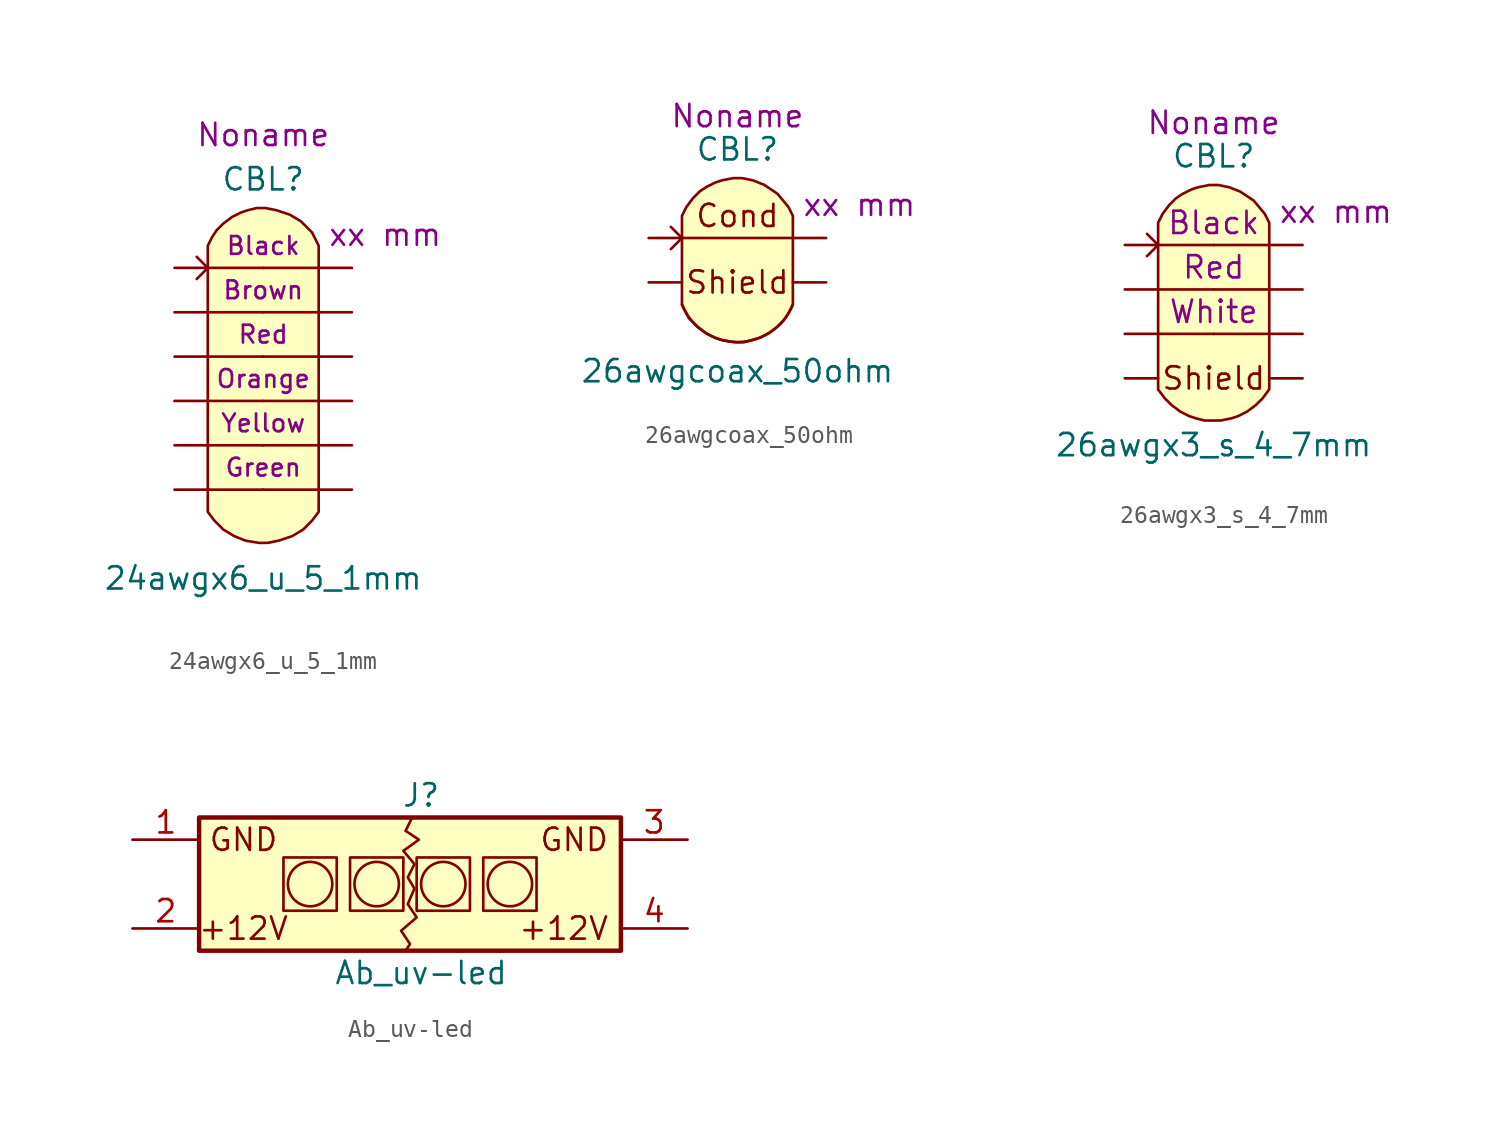
<source format=kicad_sym>
(kicad_symbol_lib
  (version 20220914)
  (generator kicad_symbol_editor)
  (symbol "24awgx6_u_5_1mm"
    (pin_numbers hide)
    (pin_names hide)
    (property "Reference" "CBL"
      (at 0 11.43 0)
      (effects (font (size 1.27 1.27))))
    (property "Value" "24awgx6_u_5_1mm"
      (at 0 -11.43 0)
      (effects (font (size 1.27 1.27))))
    (property "color1" "Black"
      (at 0 7.62 0)
      (effects (font (size 1.016 1.016))))
    (property "color2" "Brown"
      (at 0 5.08 0)
      (effects (font (size 1.016 1.016))))
    (property "color3" "Red"
      (at 0 2.54 0)
      (effects (font (size 1.016 1.016))))
    (property "color4" "Orange"
      (at 0 0 0)
      (effects (font (size 1.016 1.016))))
    (property "color5" "Yellow"
      (at 0 -2.54 0)
      (effects (font (size 1.016 1.016))))
    (property "color6" "Green"
      (at 0 -5.08 0)
      (effects (font (size 1.016 1.016))))
    (property "Length" "xx mm"
      (at 6.985 8.255 0)
      (effects (font (size 1.27 1.27))))
    (property "Harness_name" "Noname"
      (at 0 13.97 0)
      (effects (font (size 1.27 1.27))))
    (symbol "24awgx6_u_5_1mm_0_0"
      (polyline (pts (xy 3.175 -7.62) (xy 3.175 7.62) (xy 2.794 8.382) (xy 2.159 9.017) (xy 1.524 9.398) (xy 0.762 9.652) (xy 0.127 9.779) (xy -0.127 9.779) (xy -0.381 9.779) (xy -0.889 9.652) (xy -1.27 9.525) (xy -1.778 9.271) (xy -2.286 8.89) (xy -2.667 8.509) (xy -2.921 8.128) (xy -3.175 7.62) (xy -3.175 -7.62) (xy -2.794 -8.128) (xy -2.286 -8.636) (xy -1.651 -9.017) (xy -1.016 -9.271) (xy -0.254 -9.398) (xy 0.254 -9.398) (xy 0.889 -9.271) (xy 1.651 -9.017) (xy 2.286 -8.636) (xy 2.794 -8.128) (xy 3.175 -7.62)) (stroke (width 0.152) (type default)) (fill (type background)))
      (pin passive line (at 5.08 -3.81 180) (length 5.08) (name "C5.2" (effects (font (size 1.27 1.27)))) (number "10" (effects (font (size 1.27 1.27)))))
      (pin passive line (at -5.08 -6.35 0) (length 5.08) (name "C6.1" (effects (font (size 1.27 1.27)))) (number "11" (effects (font (size 1.27 1.27)))))
      (pin passive line (at 5.08 -6.35 180) (length 5.08) (name "C6.2" (effects (font (size 1.27 1.27)))) (number "12" (effects (font (size 1.27 1.27)))))
      (pin passive line (at 5.08 6.35 180) (length 5.08) (name "C1.2" (effects (font (size 1.27 1.27)))) (number "2" (effects (font (size 1.27 1.27)))))
      (pin passive line (at 5.08 3.81 180) (length 5.08) (name "C2.2" (effects (font (size 1.27 1.27)))) (number "4" (effects (font (size 1.27 1.27)))))
      (pin passive line (at 5.08 1.27 180) (length 5.08) (name "C3.2" (effects (font (size 1.27 1.27)))) (number "6" (effects (font (size 1.27 1.27)))))
      (pin passive line (at -5.08 -1.27 0) (length 5.08) (name "C4.1" (effects (font (size 1.27 1.27)))) (number "7" (effects (font (size 1.27 1.27)))))
      (pin passive line (at 5.08 -1.27 180) (length 5.08) (name "C4.2" (effects (font (size 1.27 1.27)))) (number "8" (effects (font (size 1.27 1.27)))))
      (pin passive line (at -5.08 -3.81 0) (length 5.08) (name "C5.1" (effects (font (size 1.27 1.27)))) (number "9" (effects (font (size 1.27 1.27))))))
    (symbol "24awgx6_u_5_1mm_0_1"
      (polyline (pts (xy -3.81 6.985) (xy -3.175 6.35) (xy -3.81 5.715)) (stroke (width 0) (type default)) (fill (type none))))
    (symbol "24awgx6_u_5_1mm_1_1"
      (pin passive line (at -5.08 6.35 0) (length 5.08) (name "C1.1" (effects (font (size 1.27 1.27)))) (number "1" (effects (font (size 1.27 1.27)))))
      (pin passive line (at -5.08 3.81 0) (length 5.08) (name "C2.1" (effects (font (size 1.27 1.27)))) (number "3" (effects (font (size 1.27 1.27)))))
      (pin passive line (at -5.08 1.27 0) (length 5.08) (name "C3.1" (effects (font (size 1.27 1.27)))) (number "5" (effects (font (size 1.27 1.27)))))))
  (symbol "26awgcoax_50ohm"
    (pin_numbers hide)
    (pin_names hide)
    (property "Reference" "CBL"
      (at 0 8.89 0)
      (effects (font (size 1.27 1.27))))
    (property "Value" "26awgcoax_50ohm"
      (at 0 -3.81 0)
      (effects (font (size 1.27 1.27))))
    (property "Length" "xx mm"
      (at 6.985 5.715 0)
      (effects (font (size 1.27 1.27))))
    (property "Harness_name" "Noname"
      (at 0 10.795 0)
      (effects (font (size 1.27 1.27))))
    (symbol "26awgcoax_50ohm_0_0"
      (polyline (pts (xy -3.175 3.81) (xy 3.175 3.81)) (stroke (width 0) (type default)) (fill (type none)))
      (polyline (pts (xy 3.175 0) (xy 3.175 5.08) (xy 2.921 5.588) (xy 2.286 6.35) (xy 1.524 6.858) (xy 0.889 7.112) (xy 0.254 7.239) (xy -0.254 7.239) (xy -0.889 7.112) (xy -1.27 6.985) (xy -1.778 6.731) (xy -2.159 6.477) (xy -2.54 6.096) (xy -2.921 5.588) (xy -3.175 5.08) (xy -3.175 0) (xy -2.794 -0.762) (xy -2.286 -1.27) (xy -1.778 -1.651) (xy -1.27 -1.905) (xy -0.889 -2.032) (xy -0.127 -2.159) (xy 0.381 -2.159) (xy 1.27 -1.905) (xy 1.778 -1.651) (xy 2.286 -1.27) (xy 2.667 -0.889) (xy 2.921 -0.508) (xy 3.175 0)) (stroke (width 0) (type default)) (fill (type background)))
      (text "Cond" (at 0 5.08 0) (effects (font (size 1.27 1.27)))))
    (symbol "26awgcoax_50ohm_0_1"
      (polyline (pts (xy -3.81 4.445) (xy -3.175 3.81) (xy -3.81 3.175)) (stroke (width 0) (type default)) (fill (type none))))
    (symbol "26awgcoax_50ohm_1_1"
      (arc (start -3.175 0) (mid 0 -2.1496) (end 3.175 0) (stroke (width 0) (type default)) (fill (type none)))
      (text "Shield" (at 0 1.27 0) (effects (font (size 1.27 1.27))))
      (pin passive line (at -5.08 3.81 0) (length 1.905) (name "C1.1" (effects (font (size 1.27 1.27)))) (number "1" (effects (font (size 1.27 1.27)))))
      (pin passive line (at 5.08 3.81 180) (length 1.905) (name "C1.2" (effects (font (size 1.27 1.27)))) (number "2" (effects (font (size 1.27 1.27)))))
      (pin passive line (at -5.08 1.27 0) (length 1.905) (name "C2.1" (effects (font (size 1.27 1.27)))) (number "3" (effects (font (size 1.27 1.27)))))
      (pin passive line (at 5.08 1.27 180) (length 1.905) (name "C2.2" (effects (font (size 1.27 1.27)))) (number "4" (effects (font (size 1.27 1.27)))))))
  (symbol "26awgx3_s_4_7mm"
    (pin_numbers hide)
    (pin_names hide)
    (property "Reference" "CBL"
      (at 0 8.89 0)
      (effects (font (size 1.27 1.27))))
    (property "Value" "26awgx3_s_4_7mm"
      (at 0 -7.62 0)
      (effects (font (size 1.27 1.27))))
    (property "color1" "Black"
      (at 0 5.08 0)
      (effects (font (size 1.27 1.27))))
    (property "color2" "Red"
      (at 0 2.54 0)
      (effects (font (size 1.27 1.27))))
    (property "color3" "White"
      (at 0 0 0)
      (effects (font (size 1.27 1.27))))
    (property "Length" "xx mm"
      (at 6.985 5.715 0)
      (effects (font (size 1.27 1.27))))
    (property "Harness_name" "Noname"
      (at 0 10.795 0)
      (effects (font (size 1.27 1.27))))
    (symbol "26awgx3_s_4_7mm_0_0"
      (polyline (pts (xy 3.175 -4.445) (xy 3.175 5.08) (xy 2.921 5.588) (xy 2.286 6.35) (xy 1.524 6.858) (xy 0.889 7.112) (xy 0.254 7.239) (xy -0.254 7.239) (xy -0.889 7.112) (xy -1.27 6.985) (xy -1.778 6.731) (xy -2.159 6.477) (xy -2.54 6.096) (xy -2.921 5.588) (xy -3.175 5.08) (xy -3.175 -4.445) (xy -2.794 -4.953) (xy -2.413 -5.334) (xy -1.905 -5.715) (xy -1.397 -5.969) (xy -1.016 -6.096) (xy -0.508 -6.223) (xy -0.381 -6.223) (xy 0.381 -6.223) (xy 1.016 -6.096) (xy 1.397 -5.969) (xy 1.905 -5.715) (xy 2.413 -5.334) (xy 2.794 -4.953) (xy 3.175 -4.445)) (stroke (width 0) (type default)) (fill (type background))))
    (symbol "26awgx3_s_4_7mm_0_1"
      (polyline (pts (xy -3.81 4.445) (xy -3.175 3.81) (xy -3.81 3.175)) (stroke (width 0) (type default)) (fill (type none))))
    (symbol "26awgx3_s_4_7mm_1_1"
      (text "Shield" (at 0 -3.81 0) (effects (font (size 1.27 1.27))))
      (pin passive line (at -5.08 3.81 0) (length 5.08) (name "C1.1" (effects (font (size 1.27 1.27)))) (number "1" (effects (font (size 1.27 1.27)))))
      (pin passive line (at 5.08 3.81 180) (length 5.08) (name "C1.2" (effects (font (size 1.27 1.27)))) (number "2" (effects (font (size 1.27 1.27)))))
      (pin passive line (at -5.08 1.27 0) (length 5.08) (name "C2.1" (effects (font (size 1.27 1.27)))) (number "3" (effects (font (size 1.27 1.27)))))
      (pin passive line (at 5.08 1.27 180) (length 5.08) (name "C2.2" (effects (font (size 1.27 1.27)))) (number "4" (effects (font (size 1.27 1.27)))))
      (pin passive line (at -5.08 -1.27 0) (length 5.08) (name "C3.1" (effects (font (size 1.27 1.27)))) (number "5" (effects (font (size 1.27 1.27)))))
      (pin passive line (at 5.08 -1.27 180) (length 5.08) (name "C3.2" (effects (font (size 1.27 1.27)))) (number "6" (effects (font (size 1.27 1.27)))))
      (pin passive line (at -5.08 -3.81 0) (length 1.905) (name "C4.1" (effects (font (size 1.27 1.27)))) (number "7" (effects (font (size 1.27 1.27)))))
      (pin passive line (at 5.08 -3.81 180) (length 1.905) (name "C4.2" (effects (font (size 1.27 1.27)))) (number "8" (effects (font (size 1.27 1.27)))))))
  (symbol "Ab_uv-led"
    (pin_names
      (offset 1.016) hide)
    (property "Reference" "J"
      (at 0 5.08 0)
      (effects (font (size 1.27 1.27))))
    (property "Value" "Ab_uv-led"
      (at 0 -5.08 0)
      (effects (font (size 1.27 1.27))))
    (symbol "Ab_uv-led_0_0"
      (text "GND" (at 10.795 2.54 0) (effects (font (size 1.27 1.27)) (justify right))))
    (symbol "Ab_uv-led_1_1"
      (rectangle (start -12.7 3.81) (end 11.43 -3.81) (stroke (width 0.254) (type default)) (fill (type background)))
      (rectangle (start -7.874 -1.524) (end -4.826 1.524) (stroke (width 0) (type default)) (fill (type none)))
      (circle (center -6.35 0) (radius 1.27) (stroke (width 0) (type default)) (fill (type none)))
      (rectangle (start -4.064 -1.524) (end -1.016 1.524) (stroke (width 0) (type default)) (fill (type none)))
      (circle (center -2.54 0) (radius 1.27) (stroke (width 0) (type default)) (fill (type none)))
      (rectangle (start -0.254 -1.524) (end 2.794 1.524) (stroke (width 0) (type default)) (fill (type none)))
      (polyline (pts (xy -0.508 3.81) (xy -0.889 3.048) (xy -0.127 2.54) (xy -1.016 1.905) (xy -0.381 1.143) (xy -0.762 0.381) (xy -0.381 -0.254) (xy -0.762 -1.143) (xy -0.254 -1.905) (xy -1.143 -2.667) (xy -0.635 -3.429) (xy -0.889 -3.81) (xy -0.762 -3.81)) (stroke (width 0) (type default)) (fill (type none)))
      (circle (center 1.27 0) (radius 1.27) (stroke (width 0) (type default)) (fill (type none)))
      (rectangle (start 3.556 -1.524) (end 6.604 1.524) (stroke (width 0) (type default)) (fill (type none)))
      (circle (center 5.08 0) (radius 1.27) (stroke (width 0) (type default)) (fill (type none)))
      (text "+12V" (at -10.16 -2.54 0) (effects (font (size 1.27 1.27))))
      (text "+12V" (at 10.795 -2.54 0) (effects (font (size 1.27 1.27)) (justify right)))
      (text "GND" (at -10.16 2.54 0) (effects (font (size 1.27 1.27))))
      (pin passive line (at -16.51 2.54 0) (length 3.81) (name "In_1" (effects (font (size 1.27 1.27)))) (number "1" (effects (font (size 1.27 1.27)))))
      (pin passive line (at -16.51 -2.54 0) (length 3.81) (name "In_2" (effects (font (size 1.27 1.27)))) (number "2" (effects (font (size 1.27 1.27)))))
      (pin passive line (at 15.24 2.54 180) (length 3.81) (name "Out_1" (effects (font (size 1.27 1.27)))) (number "3" (effects (font (size 1.27 1.27)))))
      (pin passive line (at 15.24 -2.54 180) (length 3.81) (name "Out_2" (effects (font (size 1.27 1.27)))) (number "4" (effects (font (size 1.27 1.27))))))))
</source>
